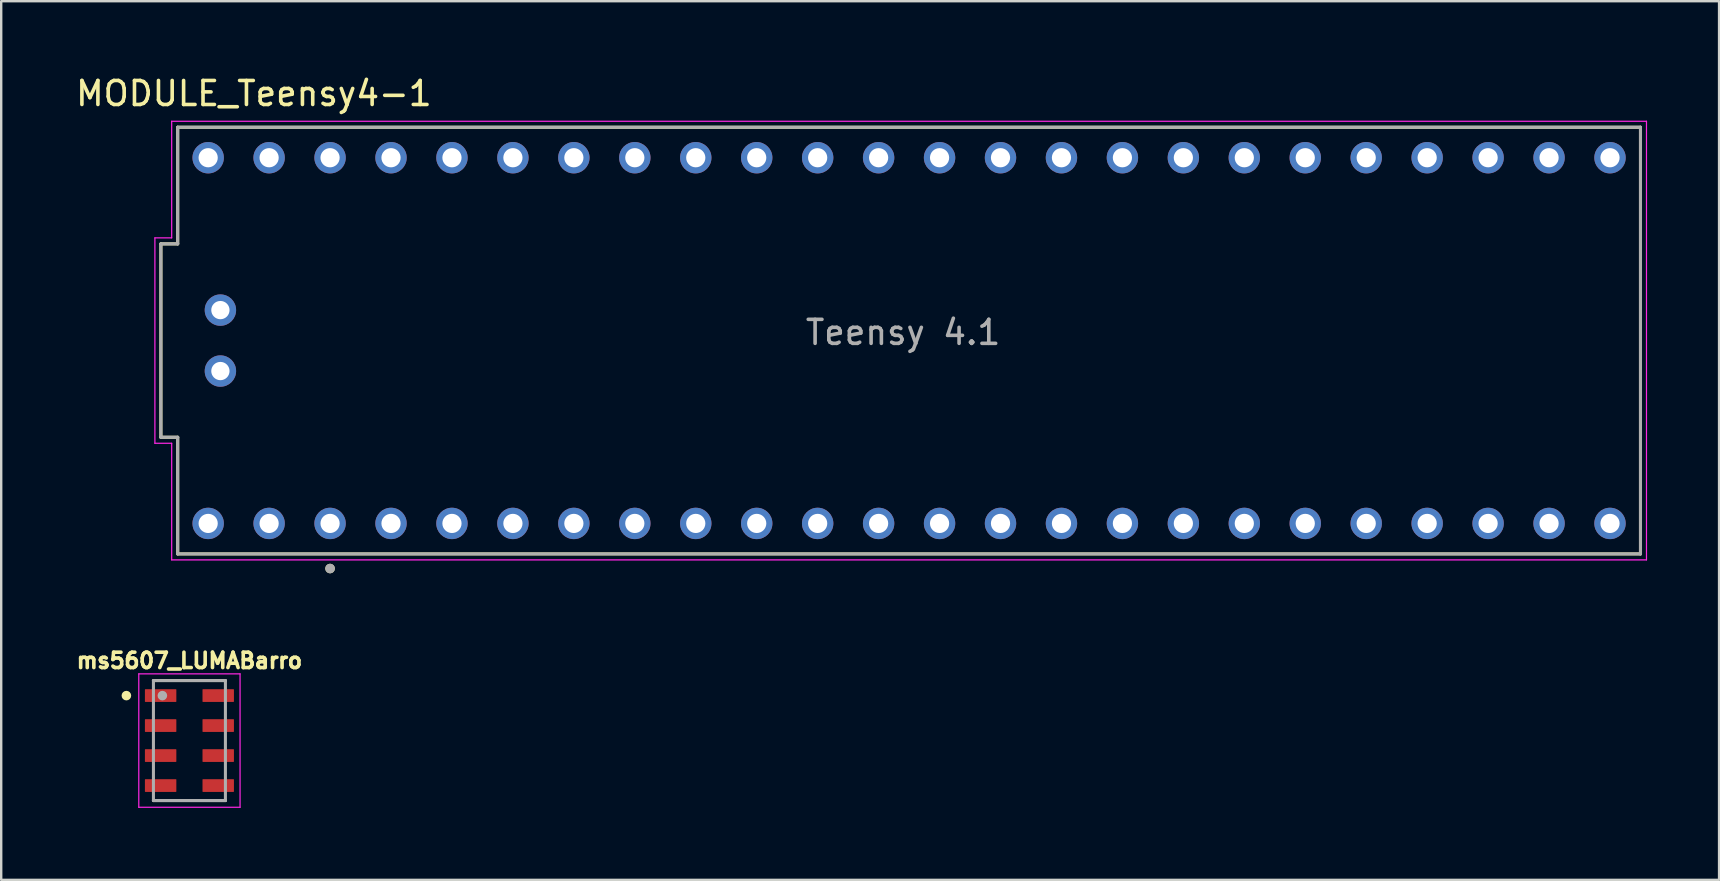
<source format=kicad_pcb>
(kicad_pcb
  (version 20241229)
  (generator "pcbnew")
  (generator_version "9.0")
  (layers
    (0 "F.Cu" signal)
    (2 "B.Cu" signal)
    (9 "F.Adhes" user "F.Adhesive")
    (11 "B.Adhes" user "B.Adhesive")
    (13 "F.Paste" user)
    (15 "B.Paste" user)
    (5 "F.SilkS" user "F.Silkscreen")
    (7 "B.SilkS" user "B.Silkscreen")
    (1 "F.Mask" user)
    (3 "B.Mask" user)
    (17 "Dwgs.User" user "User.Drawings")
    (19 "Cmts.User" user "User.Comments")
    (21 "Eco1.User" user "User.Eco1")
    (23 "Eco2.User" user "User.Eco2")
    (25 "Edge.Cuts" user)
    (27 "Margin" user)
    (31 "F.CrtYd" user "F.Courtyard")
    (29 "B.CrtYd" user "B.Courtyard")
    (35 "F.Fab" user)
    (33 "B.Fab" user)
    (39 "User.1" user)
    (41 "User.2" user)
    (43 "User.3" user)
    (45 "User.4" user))
  (footprint "ms5607_LUMABarro"
    (layer "F.Cu")
    (at 4.844 27.812)
    (property "Reference" "ms5607_LUMABarro" (at -0.000003 -3.331 0) (layer "F.SilkS") (effects (font (size 0.641 0.641) (thickness 0.15))))
    (attr smd)
    (fp_line (start -1.5 -2.5) (end 1.5 -2.5) (stroke (width 0.127) (type solid)) (layer "F.SilkS"))
    (fp_line (start -1.5 2.5) (end 1.5 2.5) (stroke (width 0.127) (type solid)) (layer "F.SilkS"))
    (fp_circle (center -2.627 -1.873) (end -2.527 -1.873) (stroke (width 0.2) (type solid)) (fill no) (layer "F.SilkS"))
    (fp_line (start -2.11 -2.78) (end -2.11 2.78) (stroke (width 0.05) (type solid)) (layer "F.CrtYd"))
    (fp_line (start -2.11 2.78) (end 2.11 2.78) (stroke (width 0.05) (type solid)) (layer "F.CrtYd"))
    (fp_line (start 2.11 -2.78) (end -2.11 -2.78) (stroke (width 0.05) (type solid)) (layer "F.CrtYd"))
    (fp_line (start 2.11 2.78) (end 2.11 -2.78) (stroke (width 0.05) (type solid)) (layer "F.CrtYd"))
    (fp_line (start -1.5 -2.5) (end -1.5 2.5) (stroke (width 0.127) (type solid)) (layer "F.Fab"))
    (fp_line (start -1.5 2.5) (end 1.5 2.5) (stroke (width 0.127) (type solid)) (layer "F.Fab"))
    (fp_line (start 1.5 -2.5) (end -1.5 -2.5) (stroke (width 0.127) (type solid)) (layer "F.Fab"))
    (fp_line (start 1.5 2.5) (end 1.5 -2.5) (stroke (width 0.127) (type solid)) (layer "F.Fab"))
    (fp_circle (center -1.127 -1.873) (end -1.027 -1.873) (stroke (width 0.2) (type solid)) (fill no) (layer "F.Fab"))
    (pad "1" smd roundrect (at -1.2 -1.875) (size 1.31 0.53) (layers "F.Cu" "F.Mask" "F.Paste") (roundrect_rratio 0.04))
    (pad "2" smd roundrect (at -1.2 -0.625) (size 1.31 0.53) (layers "F.Cu" "F.Mask" "F.Paste") (roundrect_rratio 0.04))
    (pad "3" smd roundrect (at -1.2 0.625) (size 1.31 0.53) (layers "F.Cu" "F.Mask" "F.Paste") (roundrect_rratio 0.04))
    (pad "5" smd roundrect (at -1.2 1.875) (size 1.31 0.53) (layers "F.Cu" "F.Mask" "F.Paste") (roundrect_rratio 0.04))
    (pad "5" smd roundrect (at 1.2 1.875) (size 1.31 0.53) (layers "F.Cu" "F.Mask" "F.Paste") (roundrect_rratio 0.04))
    (pad "6" smd roundrect (at 1.2 0.625) (size 1.31 0.53) (layers "F.Cu" "F.Mask" "F.Paste") (roundrect_rratio 0.04))
    (pad "7" smd roundrect (at 1.2 -0.625) (size 1.31 0.53) (layers "F.Cu" "F.Mask" "F.Paste") (roundrect_rratio 0.04))
    (pad "8" smd roundrect (at 1.2 -1.875) (size 1.31 0.53) (layers "F.Cu" "F.Mask" "F.Paste") (roundrect_rratio 0.04))
    (zone (net_name "") (layer "F.Cu") (hatch full 0.508) (connect_pads) (min_thickness 0.01) (filled_areas_thickness no) (keepout (tracks not_allowed) (vias not_allowed) (pads not_allowed) (copperpour not_allowed) (footprints allowed)) (placement (enabled no)) (fill) (polygon (pts (xy 2.966 26.375) (xy 6.719 26.375) (xy 6.719 26.748) (xy 2.966 26.748))))
    (zone (net_name "") (layer "F.Cu") (hatch full 0.508) (connect_pads) (min_thickness 0.01) (filled_areas_thickness no) (keepout (tracks not_allowed) (vias not_allowed) (pads not_allowed) (copperpour not_allowed) (footprints allowed)) (placement (enabled no)) (fill) (polygon (pts (xy 2.967 27.625) (xy 6.719 27.625) (xy 6.719 28) (xy 2.967 28))))
    (zone (net_name "") (layer "F.Cu") (hatch full 0.508) (connect_pads) (min_thickness 0.01) (filled_areas_thickness no) (keepout (tracks not_allowed) (vias not_allowed) (pads not_allowed) (copperpour not_allowed) (footprints allowed)) (placement (enabled no)) (fill) (polygon (pts (xy 2.969 28.875) (xy 6.719 28.875) (xy 6.719 29.25) (xy 2.969 29.25))))
    (zone (net_name "") (layer "F.Cu") (hatch full 0.508) (connect_pads) (min_thickness 0.01) (filled_areas_thickness no) (keepout (tracks not_allowed) (vias not_allowed) (pads not_allowed) (copperpour not_allowed) (footprints allowed)) (placement (enabled no)) (fill) (polygon (pts (xy 4.468 25.907) (xy 5.225 25.907) (xy 5.225 29.748) (xy 4.468 29.748))))
    (zone (net_name "") (layers "F.Cu" "B.Cu") (hatch full 0.508) (connect_pads) (min_thickness 0.01) (filled_areas_thickness no) (keepout (tracks allowed) (vias not_allowed) (pads allowed) (copperpour allowed) (footprints allowed)) (placement (enabled no)) (fill) (polygon (pts (xy 2.967 26.375) (xy 6.719 26.375) (xy 6.719 26.749) (xy 2.967 26.749))))
    (zone (net_name "") (layers "F.Cu" "B.Cu") (hatch full 0.508) (connect_pads) (min_thickness 0.01) (filled_areas_thickness no) (keepout (tracks allowed) (vias not_allowed) (pads allowed) (copperpour allowed) (footprints allowed)) (placement (enabled no)) (fill) (polygon (pts (xy 2.967 28.875) (xy 6.719 28.875) (xy 6.719 29.251) (xy 2.967 29.251))))
    (zone (net_name "") (layers "F.Cu" "B.Cu") (hatch full 0.508) (connect_pads) (min_thickness 0.01) (filled_areas_thickness no) (keepout (tracks allowed) (vias not_allowed) (pads allowed) (copperpour allowed) (footprints allowed)) (placement (enabled no)) (fill) (polygon (pts (xy 2.968 27.625) (xy 6.719 27.625) (xy 6.719 28) (xy 2.968 28))))
    (zone (net_name "") (layers "F.Cu" "B.Cu") (hatch full 0.508) (connect_pads) (min_thickness 0.01) (filled_areas_thickness no) (keepout (tracks allowed) (vias not_allowed) (pads allowed) (copperpour allowed) (footprints allowed)) (placement (enabled no)) (fill) (polygon (pts (xy 4.469 25.907) (xy 5.225 25.907) (xy 5.225 29.746) (xy 4.469 29.746))))
    (zone (net_name "") (layer "B.Cu") (hatch full 0.508) (connect_pads) (min_thickness 0.01) (filled_areas_thickness no) (keepout (tracks not_allowed) (vias not_allowed) (pads not_allowed) (copperpour not_allowed) (footprints allowed)) (placement (enabled no)) (fill) (polygon (pts (xy 2.967 26.375) (xy 6.719 26.375) (xy 6.719 26.748) (xy 2.967 26.748))))
    (zone (net_name "") (layer "B.Cu") (hatch full 0.508) (connect_pads) (min_thickness 0.01) (filled_areas_thickness no) (keepout (tracks not_allowed) (vias not_allowed) (pads not_allowed) (copperpour not_allowed) (footprints allowed)) (placement (enabled no)) (fill) (polygon (pts (xy 2.967 27.625) (xy 6.719 27.625) (xy 6.719 28) (xy 2.967 28))))
    (zone (net_name "") (layer "B.Cu") (hatch full 0.508) (connect_pads) (min_thickness 0.01) (filled_areas_thickness no) (keepout (tracks not_allowed) (vias not_allowed) (pads not_allowed) (copperpour not_allowed) (footprints allowed)) (placement (enabled no)) (fill) (polygon (pts (xy 2.967 28.875) (xy 6.719 28.875) (xy 6.719 29.251) (xy 2.967 29.251))))
    (zone (net_name "") (layer "B.Cu") (hatch full 0.508) (connect_pads) (min_thickness 0.01) (filled_areas_thickness no) (keepout (tracks not_allowed) (vias not_allowed) (pads not_allowed) (copperpour not_allowed) (footprints allowed)) (placement (enabled no)) (fill) (polygon (pts (xy 4.468 25.907) (xy 5.225 25.907) (xy 5.225 29.749) (xy 4.468 29.749)))))
  (footprint "MODULE_Teensy4-1"
    (layer "F.Cu")
    (at 34.835 11.143)
    (property "Reference" "MODULE_Teensy4-1" (at -27.305 -10.295 180) (layer "F.SilkS") (effects (font (size 1 1) (thickness 0.15))))
    (attr through_hole)
    (fp_line (start -31.18 4.03) (end -31.18 -4.03) (stroke (width 0.127) (type solid)) (layer "F.SilkS"))
    (fp_line (start -30.48 -8.89) (end -30.48 -4.03) (stroke (width 0.127) (type solid)) (layer "F.SilkS"))
    (fp_line (start -30.48 -8.89) (end 30.48 -8.89) (stroke (width 0.127) (type solid)) (layer "F.SilkS"))
    (fp_line (start -30.48 -4.03) (end -31.18 -4.03) (stroke (width 0.127) (type solid)) (layer "F.SilkS"))
    (fp_line (start -30.48 4.03) (end -31.18 4.03) (stroke (width 0.127) (type solid)) (layer "F.SilkS"))
    (fp_line (start -30.48 8.89) (end -30.48 4.03) (stroke (width 0.127) (type solid)) (layer "F.SilkS"))
    (fp_line (start 30.48 -8.89) (end 30.48 8.89) (stroke (width 0.127) (type solid)) (layer "F.SilkS"))
    (fp_line (start 30.48 8.89) (end -30.48 8.89) (stroke (width 0.127) (type solid)) (layer "F.SilkS"))
    (fp_circle (center -24.13 9.5) (end -24.03 9.5) (stroke (width 0.2) (type solid)) (fill no) (layer "F.SilkS"))
    (fp_line (start -31.43 4.28) (end -31.43 -4.28) (stroke (width 0.05) (type solid)) (layer "F.CrtYd"))
    (fp_line (start -30.73 -9.14) (end -30.73 -4.28) (stroke (width 0.05) (type solid)) (layer "F.CrtYd"))
    (fp_line (start -30.73 -9.14) (end 30.73 -9.14) (stroke (width 0.05) (type solid)) (layer "F.CrtYd"))
    (fp_line (start -30.73 -4.28) (end -31.43 -4.28) (stroke (width 0.05) (type solid)) (layer "F.CrtYd"))
    (fp_line (start -30.73 4.28) (end -31.43 4.28) (stroke (width 0.05) (type solid)) (layer "F.CrtYd"))
    (fp_line (start -30.73 9.14) (end -30.73 4.28) (stroke (width 0.05) (type solid)) (layer "F.CrtYd"))
    (fp_line (start 30.73 -9.14) (end 30.73 9.14) (stroke (width 0.05) (type solid)) (layer "F.CrtYd"))
    (fp_line (start 30.73 9.14) (end -30.73 9.14) (stroke (width 0.05) (type solid)) (layer "F.CrtYd"))
    (fp_line (start -31.18 4.03) (end -31.18 -4.03) (stroke (width 0.127) (type solid)) (layer "F.Fab"))
    (fp_line (start -30.48 -8.89) (end -30.48 -4.03) (stroke (width 0.127) (type solid)) (layer "F.Fab"))
    (fp_line (start -30.48 -8.89) (end 30.48 -8.89) (stroke (width 0.127) (type solid)) (layer "F.Fab"))
    (fp_line (start -30.48 -4.03) (end -31.18 -4.03) (stroke (width 0.127) (type solid)) (layer "F.Fab"))
    (fp_line (start -30.48 4.03) (end -31.18 4.03) (stroke (width 0.127) (type solid)) (layer "F.Fab"))
    (fp_line (start -30.48 8.89) (end -30.48 4.03) (stroke (width 0.127) (type solid)) (layer "F.Fab"))
    (fp_line (start 30.48 -8.89) (end 30.48 8.89) (stroke (width 0.127) (type solid)) (layer "F.Fab"))
    (fp_line (start 30.48 8.89) (end -30.48 8.89) (stroke (width 0.127) (type solid)) (layer "F.Fab"))
    (fp_circle (center -24.13 9.5) (end -24.03 9.5) (stroke (width 0.2) (type solid)) (fill no) (layer "F.Fab"))
    (fp_text user "Teensy 4.1" (at -0.25 -0.34 180) (layer "F.Fab") (effects (font (size 1 1) (thickness 0.15))))
    (pad "0" thru_hole circle (at -26.67 7.62) (size 1.308 1.308) (drill 0.8) (layers "*.Cu" "*.Mask"))
    (pad "1" thru_hole circle (at -24.13 7.62) (size 1.308 1.308) (drill 0.8) (layers "*.Cu" "*.Mask"))
    (pad "2" thru_hole circle (at -21.59 7.62) (size 1.308 1.308) (drill 0.8) (layers "*.Cu" "*.Mask"))
    (pad "3" thru_hole circle (at -19.05 7.62) (size 1.308 1.308) (drill 0.8) (layers "*.Cu" "*.Mask"))
    (pad "3.3V_1" thru_hole circle (at 6.35 7.62) (size 1.308 1.308) (drill 0.8) (layers "*.Cu" "*.Mask"))
    (pad "3.3V_2" thru_hole circle (at -24.13 -7.62) (size 1.308 1.308) (drill 0.8) (layers "*.Cu" "*.Mask"))
    (pad "4" thru_hole circle (at -16.51 7.62) (size 1.308 1.308) (drill 0.8) (layers "*.Cu" "*.Mask"))
    (pad "5" thru_hole circle (at -13.97 7.62) (size 1.308 1.308) (drill 0.8) (layers "*.Cu" "*.Mask"))
    (pad "6" thru_hole circle (at -11.43 7.62) (size 1.308 1.308) (drill 0.8) (layers "*.Cu" "*.Mask"))
    (pad "7" thru_hole circle (at -8.89 7.62) (size 1.308 1.308) (drill 0.8) (layers "*.Cu" "*.Mask"))
    (pad "8" thru_hole circle (at -6.35 7.62) (size 1.308 1.308) (drill 0.8) (layers "*.Cu" "*.Mask"))
    (pad "9" thru_hole circle (at -3.81 7.62) (size 1.308 1.308) (drill 0.8) (layers "*.Cu" "*.Mask"))
    (pad "10" thru_hole circle (at -1.27 7.62) (size 1.308 1.308) (drill 0.8) (layers "*.Cu" "*.Mask"))
    (pad "11" thru_hole circle (at 1.27 7.62) (size 1.308 1.308) (drill 0.8) (layers "*.Cu" "*.Mask"))
    (pad "12" thru_hole circle (at 3.81 7.62) (size 1.308 1.308) (drill 0.8) (layers "*.Cu" "*.Mask"))
    (pad "13" thru_hole circle (at 3.81 -7.62) (size 1.308 1.308) (drill 0.8) (layers "*.Cu" "*.Mask"))
    (pad "14" thru_hole circle (at 1.27 -7.62) (size 1.308 1.308) (drill 0.8) (layers "*.Cu" "*.Mask"))
    (pad "15" thru_hole circle (at -1.27 -7.62) (size 1.308 1.308) (drill 0.8) (layers "*.Cu" "*.Mask"))
    (pad "16" thru_hole circle (at -3.81 -7.62) (size 1.308 1.308) (drill 0.8) (layers "*.Cu" "*.Mask"))
    (pad "17" thru_hole circle (at -6.35 -7.62) (size 1.308 1.308) (drill 0.8) (layers "*.Cu" "*.Mask"))
    (pad "18" thru_hole circle (at -8.89 -7.62) (size 1.308 1.308) (drill 0.8) (layers "*.Cu" "*.Mask"))
    (pad "19" thru_hole circle (at -11.43 -7.62) (size 1.308 1.308) (drill 0.8) (layers "*.Cu" "*.Mask"))
    (pad "20" thru_hole circle (at -13.97 -7.62) (size 1.308 1.308) (drill 0.8) (layers "*.Cu" "*.Mask"))
    (pad "21" thru_hole circle (at -16.51 -7.62) (size 1.308 1.308) (drill 0.8) (layers "*.Cu" "*.Mask"))
    (pad "22" thru_hole circle (at -19.05 -7.62) (size 1.308 1.308) (drill 0.8) (layers "*.Cu" "*.Mask"))
    (pad "23" thru_hole circle (at -21.59 -7.62) (size 1.308 1.308) (drill 0.8) (layers "*.Cu" "*.Mask"))
    (pad "24" thru_hole circle (at 8.89 7.62) (size 1.308 1.308) (drill 0.8) (layers "*.Cu" "*.Mask"))
    (pad "25" thru_hole circle (at 11.43 7.62) (size 1.308 1.308) (drill 0.8) (layers "*.Cu" "*.Mask"))
    (pad "26" thru_hole circle (at 13.97 7.62) (size 1.308 1.308) (drill 0.8) (layers "*.Cu" "*.Mask"))
    (pad "27" thru_hole circle (at 16.51 7.62) (size 1.308 1.308) (drill 0.8) (layers "*.Cu" "*.Mask"))
    (pad "28" thru_hole circle (at 19.05 7.62) (size 1.308 1.308) (drill 0.8) (layers "*.Cu" "*.Mask"))
    (pad "29" thru_hole circle (at 21.59 7.62) (size 1.308 1.308) (drill 0.8) (layers "*.Cu" "*.Mask"))
    (pad "30" thru_hole circle (at 24.13 7.62) (size 1.308 1.308) (drill 0.8) (layers "*.Cu" "*.Mask"))
    (pad "31" thru_hole circle (at 26.67 7.62) (size 1.308 1.308) (drill 0.8) (layers "*.Cu" "*.Mask"))
    (pad "32" thru_hole circle (at 29.21 7.62) (size 1.308 1.308) (drill 0.8) (layers "*.Cu" "*.Mask"))
    (pad "33" thru_hole circle (at 29.21 -7.62) (size 1.308 1.308) (drill 0.8) (layers "*.Cu" "*.Mask"))
    (pad "34" thru_hole circle (at 26.67 -7.62) (size 1.308 1.308) (drill 0.8) (layers "*.Cu" "*.Mask"))
    (pad "35" thru_hole circle (at 24.13 -7.62) (size 1.308 1.308) (drill 0.8) (layers "*.Cu" "*.Mask"))
    (pad "36" thru_hole circle (at 21.59 -7.62) (size 1.308 1.308) (drill 0.8) (layers "*.Cu" "*.Mask"))
    (pad "37" thru_hole circle (at 19.05 -7.62) (size 1.308 1.308) (drill 0.8) (layers "*.Cu" "*.Mask"))
    (pad "38" thru_hole circle (at 16.51 -7.62) (size 1.308 1.308) (drill 0.8) (layers "*.Cu" "*.Mask"))
    (pad "39" thru_hole circle (at 13.97 -7.62) (size 1.308 1.308) (drill 0.8) (layers "*.Cu" "*.Mask"))
    (pad "40" thru_hole circle (at 11.43 -7.62) (size 1.308 1.308) (drill 0.8) (layers "*.Cu" "*.Mask"))
    (pad "41" thru_hole circle (at 8.89 -7.62) (size 1.308 1.308) (drill 0.8) (layers "*.Cu" "*.Mask"))
    (pad "D+" thru_hole circle (at -28.7 -1.27) (size 1.308 1.308) (drill 0.762) (layers "*.Cu" "*.Mask"))
    (pad "D-" thru_hole circle (at -28.7 1.27) (size 1.308 1.308) (drill 0.762) (layers "*.Cu" "*.Mask"))
    (pad "GND1" thru_hole circle (at -29.21 7.62) (size 1.308 1.308) (drill 0.8) (layers "*.Cu" "*.Mask"))
    (pad "GND2" thru_hole circle (at 6.35 -7.62) (size 1.308 1.308) (drill 0.8) (layers "*.Cu" "*.Mask"))
    (pad "GND3" thru_hole circle (at -26.67 -7.62) (size 1.308 1.308) (drill 0.8) (layers "*.Cu" "*.Mask"))
    (pad "VIN" thru_hole circle (at -29.21 -7.62) (size 1.308 1.308) (drill 0.8) (layers "*.Cu" "*.Mask")))
  (gr_rect
    (start -3 -3)
    (end 68.59 33.617)
    (stroke (width 0.1) (type default))
    (fill no)
    (layer "Edge.Cuts")))
</source>
